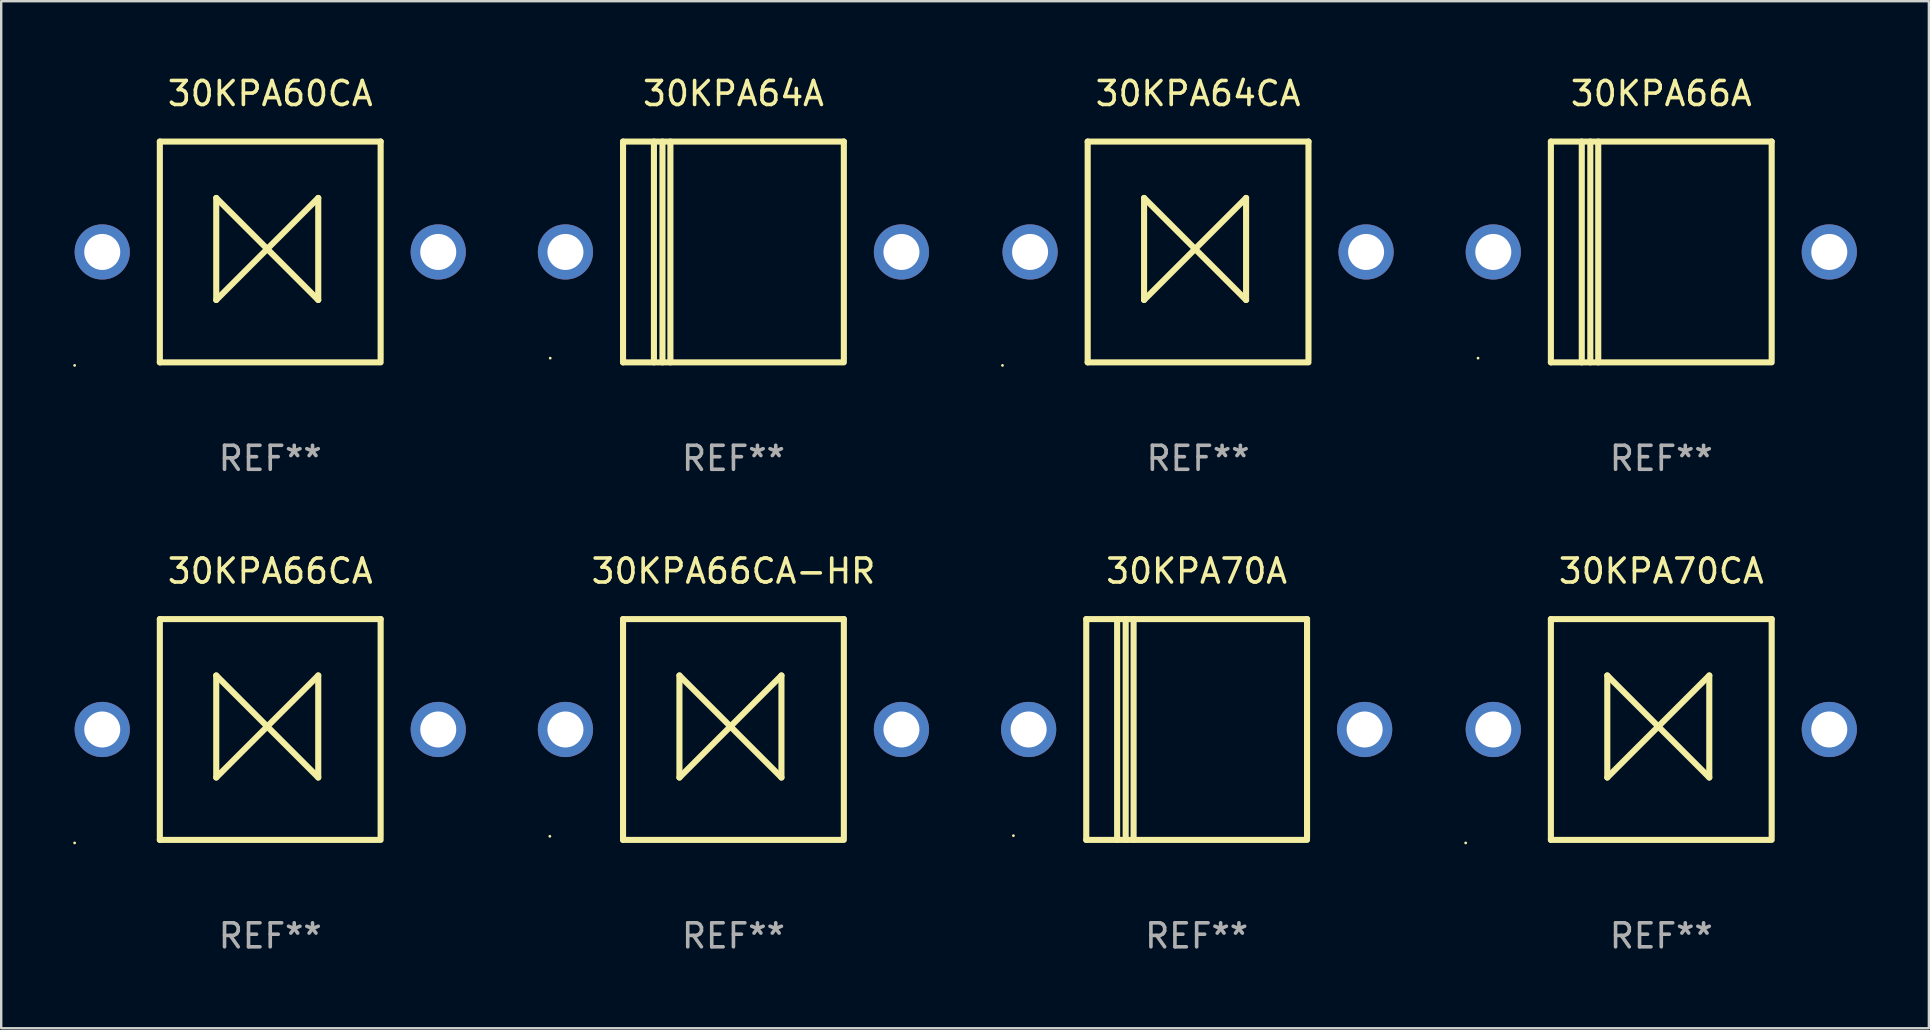
<source format=kicad_pcb>
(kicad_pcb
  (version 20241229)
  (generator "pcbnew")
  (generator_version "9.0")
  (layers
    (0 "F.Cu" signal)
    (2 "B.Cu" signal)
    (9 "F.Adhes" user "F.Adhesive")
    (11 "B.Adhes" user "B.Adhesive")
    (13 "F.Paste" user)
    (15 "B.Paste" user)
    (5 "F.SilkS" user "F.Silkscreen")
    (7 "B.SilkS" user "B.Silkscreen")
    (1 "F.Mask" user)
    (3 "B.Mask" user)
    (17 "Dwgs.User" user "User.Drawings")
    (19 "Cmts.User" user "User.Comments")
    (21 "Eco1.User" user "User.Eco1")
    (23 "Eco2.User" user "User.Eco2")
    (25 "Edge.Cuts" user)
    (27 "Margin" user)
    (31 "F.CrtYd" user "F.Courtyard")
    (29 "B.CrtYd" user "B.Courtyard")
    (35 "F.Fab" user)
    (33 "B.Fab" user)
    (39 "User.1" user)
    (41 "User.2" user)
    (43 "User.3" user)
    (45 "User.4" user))
  (footprint "30KPA66CA-HR"
    (layer "F.Cu")
    (at 27.51 27.345)
    (property "Reference" "30KPA66CA-HR" (at 0 -6.6 0) (layer "F.SilkS") (effects (font (size 1 1) (thickness 0.15))))
    (attr through_hole)
    (fp_line (start -4.6 -4.6) (end -4.6 4.6) (stroke (width 0.254) (type solid)) (layer "F.SilkS"))
    (fp_line (start -4.6 -4.6) (end 4.6 -4.6) (stroke (width 0.254) (type solid)) (layer "F.SilkS"))
    (fp_line (start -4.6 4.6) (end 4.6 4.6) (stroke (width 0.254) (type solid)) (layer "F.SilkS"))
    (fp_line (start -2.25 -2.25) (end -2.25 2) (stroke (width 0.254) (type solid)) (layer "F.SilkS"))
    (fp_line (start -2.25 2) (end 2 -2.25) (stroke (width 0.254) (type solid)) (layer "F.SilkS"))
    (fp_line (start 2 -2.25) (end 2 2) (stroke (width 0.254) (type solid)) (layer "F.SilkS"))
    (fp_line (start 2 2) (end -2.25 -2.25) (stroke (width 0.254) (type solid)) (layer "F.SilkS"))
    (fp_line (start 4.6 -4.6) (end 4.6 4.5) (stroke (width 0.254) (type solid)) (layer "F.SilkS"))
    (fp_circle (center -7.65 4.45) (end -7.62 4.45) (stroke (width 0.06) (type solid)) (fill no) (layer "F.SilkS"))
    (fp_text user "REF**" (at 0 8.6 0) (layer "F.Fab") (effects (font (size 1 1) (thickness 0.15))))
    (pad "1" thru_hole circle (at -7 0) (size 2.3 2.3) (drill 1.5) (layers "*.Cu" "*.Mask"))
    (pad "2" thru_hole circle (at 7 0) (size 2.3 2.3) (drill 1.5) (layers "*.Cu" "*.Mask")))
  (footprint "30KPA64A"
    (layer "F.Cu")
    (at 27.51 7.448)
    (property "Reference" "30KPA64A" (at 0 -6.6 0) (layer "F.SilkS") (effects (font (size 1 1) (thickness 0.15))))
    (attr through_hole)
    (fp_line (start -4.6 -4.6) (end -4.6 4.6) (stroke (width 0.254) (type solid)) (layer "F.SilkS"))
    (fp_line (start -4.6 -4.6) (end 4.6 -4.6) (stroke (width 0.254) (type solid)) (layer "F.SilkS"))
    (fp_line (start -4.6 4.6) (end 4.6 4.6) (stroke (width 0.254) (type solid)) (layer "F.SilkS"))
    (fp_line (start -3.313 -4.6) (end -3.313 4.6) (stroke (width 0.254) (type solid)) (layer "F.SilkS"))
    (fp_line (start -2.957 -4.6) (end -2.957 4.6) (stroke (width 0.254) (type solid)) (layer "F.SilkS"))
    (fp_line (start -2.627 -4.6) (end -2.627 4.6) (stroke (width 0.254) (type solid)) (layer "F.SilkS"))
    (fp_line (start 4.6 -4.6) (end 4.6 4.5) (stroke (width 0.254) (type solid)) (layer "F.SilkS"))
    (fp_circle (center -7.635 4.425) (end -7.605 4.425) (stroke (width 0.06) (type solid)) (fill no) (layer "F.SilkS"))
    (fp_text user "REF**" (at 0 8.6 0) (layer "F.Fab") (effects (font (size 1 1) (thickness 0.15))))
    (pad "1" thru_hole circle (at -7 0) (size 2.3 2.3) (drill 1.5) (layers "*.Cu" "*.Mask"))
    (pad "2" thru_hole circle (at 7 0) (size 2.3 2.3) (drill 1.5) (layers "*.Cu" "*.Mask")))
  (footprint "30KPA66CA"
    (layer "F.Cu")
    (at 8.21 27.345)
    (property "Reference" "30KPA66CA" (at 0 -6.6 0) (layer "F.SilkS") (effects (font (size 1 1) (thickness 0.15))))
    (attr through_hole)
    (fp_line (start -4.6 -4.6) (end -4.6 4.6) (stroke (width 0.254) (type solid)) (layer "F.SilkS"))
    (fp_line (start -4.6 -4.6) (end 4.6 -4.6) (stroke (width 0.254) (type solid)) (layer "F.SilkS"))
    (fp_line (start -4.6 4.6) (end 4.6 4.6) (stroke (width 0.254) (type solid)) (layer "F.SilkS"))
    (fp_line (start -2.25 -2.25) (end -2.25 2) (stroke (width 0.254) (type solid)) (layer "F.SilkS"))
    (fp_line (start -2.25 2) (end 2 -2.25) (stroke (width 0.254) (type solid)) (layer "F.SilkS"))
    (fp_line (start 2 -2.25) (end 2 2) (stroke (width 0.254) (type solid)) (layer "F.SilkS"))
    (fp_line (start 2 2) (end -2.25 -2.25) (stroke (width 0.254) (type solid)) (layer "F.SilkS"))
    (fp_line (start 4.6 -4.6) (end 4.6 4.5) (stroke (width 0.254) (type solid)) (layer "F.SilkS"))
    (fp_circle (center -8.15 4.727) (end -8.12 4.727) (stroke (width 0.06) (type solid)) (fill no) (layer "F.SilkS"))
    (fp_text user "REF**" (at 0 8.6 0) (layer "F.Fab") (effects (font (size 1 1) (thickness 0.15))))
    (pad "1" thru_hole circle (at -7 0) (size 2.3 2.3) (drill 1.5) (layers "*.Cu" "*.Mask"))
    (pad "2" thru_hole circle (at 7 0) (size 2.3 2.3) (drill 1.5) (layers "*.Cu" "*.Mask")))
  (footprint "30KPA60CA"
    (layer "F.Cu")
    (at 8.21 7.448)
    (property "Reference" "30KPA60CA" (at 0 -6.6 0) (layer "F.SilkS") (effects (font (size 1 1) (thickness 0.15))))
    (attr through_hole)
    (fp_line (start -4.6 -4.6) (end -4.6 4.6) (stroke (width 0.254) (type solid)) (layer "F.SilkS"))
    (fp_line (start -4.6 -4.6) (end 4.6 -4.6) (stroke (width 0.254) (type solid)) (layer "F.SilkS"))
    (fp_line (start -4.6 4.6) (end 4.6 4.6) (stroke (width 0.254) (type solid)) (layer "F.SilkS"))
    (fp_line (start -2.25 -2.25) (end -2.25 2) (stroke (width 0.254) (type solid)) (layer "F.SilkS"))
    (fp_line (start -2.25 2) (end 2 -2.25) (stroke (width 0.254) (type solid)) (layer "F.SilkS"))
    (fp_line (start 2 -2.25) (end 2 2) (stroke (width 0.254) (type solid)) (layer "F.SilkS"))
    (fp_line (start 2 2) (end -2.25 -2.25) (stroke (width 0.254) (type solid)) (layer "F.SilkS"))
    (fp_line (start 4.6 -4.6) (end 4.6 4.5) (stroke (width 0.254) (type solid)) (layer "F.SilkS"))
    (fp_circle (center -8.15 4.727) (end -8.12 4.727) (stroke (width 0.06) (type solid)) (fill no) (layer "F.SilkS"))
    (fp_text user "REF**" (at 0 8.6 0) (layer "F.Fab") (effects (font (size 1 1) (thickness 0.15))))
    (pad "1" thru_hole circle (at -7 0) (size 2.3 2.3) (drill 1.5) (layers "*.Cu" "*.Mask"))
    (pad "2" thru_hole circle (at 7 0) (size 2.3 2.3) (drill 1.5) (layers "*.Cu" "*.Mask")))
  (footprint "30KPA70CA"
    (layer "F.Cu")
    (at 66.17 27.345)
    (property "Reference" "30KPA70CA" (at 0 -6.6 0) (layer "F.SilkS") (effects (font (size 1 1) (thickness 0.15))))
    (attr through_hole)
    (fp_line (start -4.6 -4.6) (end -4.6 4.6) (stroke (width 0.254) (type solid)) (layer "F.SilkS"))
    (fp_line (start -4.6 -4.6) (end 4.6 -4.6) (stroke (width 0.254) (type solid)) (layer "F.SilkS"))
    (fp_line (start -4.6 4.6) (end 4.6 4.6) (stroke (width 0.254) (type solid)) (layer "F.SilkS"))
    (fp_line (start -2.25 -2.25) (end -2.25 2) (stroke (width 0.254) (type solid)) (layer "F.SilkS"))
    (fp_line (start -2.25 2) (end 2 -2.25) (stroke (width 0.254) (type solid)) (layer "F.SilkS"))
    (fp_line (start 2 -2.25) (end 2 2) (stroke (width 0.254) (type solid)) (layer "F.SilkS"))
    (fp_line (start 2 2) (end -2.25 -2.25) (stroke (width 0.254) (type solid)) (layer "F.SilkS"))
    (fp_line (start 4.6 -4.6) (end 4.6 4.5) (stroke (width 0.254) (type solid)) (layer "F.SilkS"))
    (fp_circle (center -8.15 4.727) (end -8.12 4.727) (stroke (width 0.06) (type solid)) (fill no) (layer "F.SilkS"))
    (fp_text user "REF**" (at 0 8.6 0) (layer "F.Fab") (effects (font (size 1 1) (thickness 0.15))))
    (pad "1" thru_hole circle (at -7 0) (size 2.3 2.3) (drill 1.5) (layers "*.Cu" "*.Mask"))
    (pad "2" thru_hole circle (at 7 0) (size 2.3 2.3) (drill 1.5) (layers "*.Cu" "*.Mask")))
  (footprint "30KPA64CA"
    (layer "F.Cu")
    (at 46.87 7.448)
    (property "Reference" "30KPA64CA" (at 0 -6.6 0) (layer "F.SilkS") (effects (font (size 1 1) (thickness 0.15))))
    (attr through_hole)
    (fp_line (start -4.6 -4.6) (end -4.6 4.6) (stroke (width 0.254) (type solid)) (layer "F.SilkS"))
    (fp_line (start -4.6 -4.6) (end 4.6 -4.6) (stroke (width 0.254) (type solid)) (layer "F.SilkS"))
    (fp_line (start -4.6 4.6) (end 4.6 4.6) (stroke (width 0.254) (type solid)) (layer "F.SilkS"))
    (fp_line (start -2.25 -2.25) (end -2.25 2) (stroke (width 0.254) (type solid)) (layer "F.SilkS"))
    (fp_line (start -2.25 2) (end 2 -2.25) (stroke (width 0.254) (type solid)) (layer "F.SilkS"))
    (fp_line (start 2 -2.25) (end 2 2) (stroke (width 0.254) (type solid)) (layer "F.SilkS"))
    (fp_line (start 2 2) (end -2.25 -2.25) (stroke (width 0.254) (type solid)) (layer "F.SilkS"))
    (fp_line (start 4.6 -4.6) (end 4.6 4.5) (stroke (width 0.254) (type solid)) (layer "F.SilkS"))
    (fp_circle (center -8.15 4.727) (end -8.12 4.727) (stroke (width 0.06) (type solid)) (fill no) (layer "F.SilkS"))
    (fp_text user "REF**" (at 0 8.6 0) (layer "F.Fab") (effects (font (size 1 1) (thickness 0.15))))
    (pad "1" thru_hole circle (at -7 0) (size 2.3 2.3) (drill 1.5) (layers "*.Cu" "*.Mask"))
    (pad "2" thru_hole circle (at 7 0) (size 2.3 2.3) (drill 1.5) (layers "*.Cu" "*.Mask")))
  (footprint "30KPA70A"
    (layer "F.Cu")
    (at 46.81 27.345)
    (property "Reference" "30KPA70A" (at 0 -6.6 0) (layer "F.SilkS") (effects (font (size 1 1) (thickness 0.15))))
    (attr through_hole)
    (fp_line (start -4.6 -4.6) (end -4.6 4.6) (stroke (width 0.254) (type solid)) (layer "F.SilkS"))
    (fp_line (start -4.6 -4.6) (end 4.6 -4.6) (stroke (width 0.254) (type solid)) (layer "F.SilkS"))
    (fp_line (start -4.6 4.6) (end 4.6 4.6) (stroke (width 0.254) (type solid)) (layer "F.SilkS"))
    (fp_line (start -3.313 -4.6) (end -3.313 4.6) (stroke (width 0.254) (type solid)) (layer "F.SilkS"))
    (fp_line (start -2.957 -4.6) (end -2.957 4.6) (stroke (width 0.254) (type solid)) (layer "F.SilkS"))
    (fp_line (start -2.627 -4.6) (end -2.627 4.6) (stroke (width 0.254) (type solid)) (layer "F.SilkS"))
    (fp_line (start 4.6 -4.6) (end 4.6 4.5) (stroke (width 0.254) (type solid)) (layer "F.SilkS"))
    (fp_circle (center -7.635 4.425) (end -7.605 4.425) (stroke (width 0.06) (type solid)) (fill no) (layer "F.SilkS"))
    (fp_text user "REF**" (at 0 8.6 0) (layer "F.Fab") (effects (font (size 1 1) (thickness 0.15))))
    (pad "1" thru_hole circle (at -7 0) (size 2.3 2.3) (drill 1.5) (layers "*.Cu" "*.Mask"))
    (pad "2" thru_hole circle (at 7 0) (size 2.3 2.3) (drill 1.5) (layers "*.Cu" "*.Mask")))
  (footprint "30KPA66A"
    (layer "F.Cu")
    (at 66.17 7.448)
    (property "Reference" "30KPA66A" (at 0 -6.6 0) (layer "F.SilkS") (effects (font (size 1 1) (thickness 0.15))))
    (attr through_hole)
    (fp_line (start -4.6 -4.6) (end -4.6 4.6) (stroke (width 0.254) (type solid)) (layer "F.SilkS"))
    (fp_line (start -4.6 -4.6) (end 4.6 -4.6) (stroke (width 0.254) (type solid)) (layer "F.SilkS"))
    (fp_line (start -4.6 4.6) (end 4.6 4.6) (stroke (width 0.254) (type solid)) (layer "F.SilkS"))
    (fp_line (start -3.313 -4.6) (end -3.313 4.6) (stroke (width 0.254) (type solid)) (layer "F.SilkS"))
    (fp_line (start -2.957 -4.6) (end -2.957 4.6) (stroke (width 0.254) (type solid)) (layer "F.SilkS"))
    (fp_line (start -2.627 -4.6) (end -2.627 4.6) (stroke (width 0.254) (type solid)) (layer "F.SilkS"))
    (fp_line (start 4.6 -4.6) (end 4.6 4.5) (stroke (width 0.254) (type solid)) (layer "F.SilkS"))
    (fp_circle (center -7.635 4.425) (end -7.605 4.425) (stroke (width 0.06) (type solid)) (fill no) (layer "F.SilkS"))
    (fp_text user "REF**" (at 0 8.6 0) (layer "F.Fab") (effects (font (size 1 1) (thickness 0.15))))
    (pad "1" thru_hole circle (at -7 0) (size 2.3 2.3) (drill 1.5) (layers "*.Cu" "*.Mask"))
    (pad "2" thru_hole circle (at 7 0) (size 2.3 2.3) (drill 1.5) (layers "*.Cu" "*.Mask")))
  (gr_rect
    (start -3 -3)
    (end 77.32 39.793)
    (stroke (width 0.1) (type default))
    (fill no)
    (layer "Edge.Cuts")))
</source>
